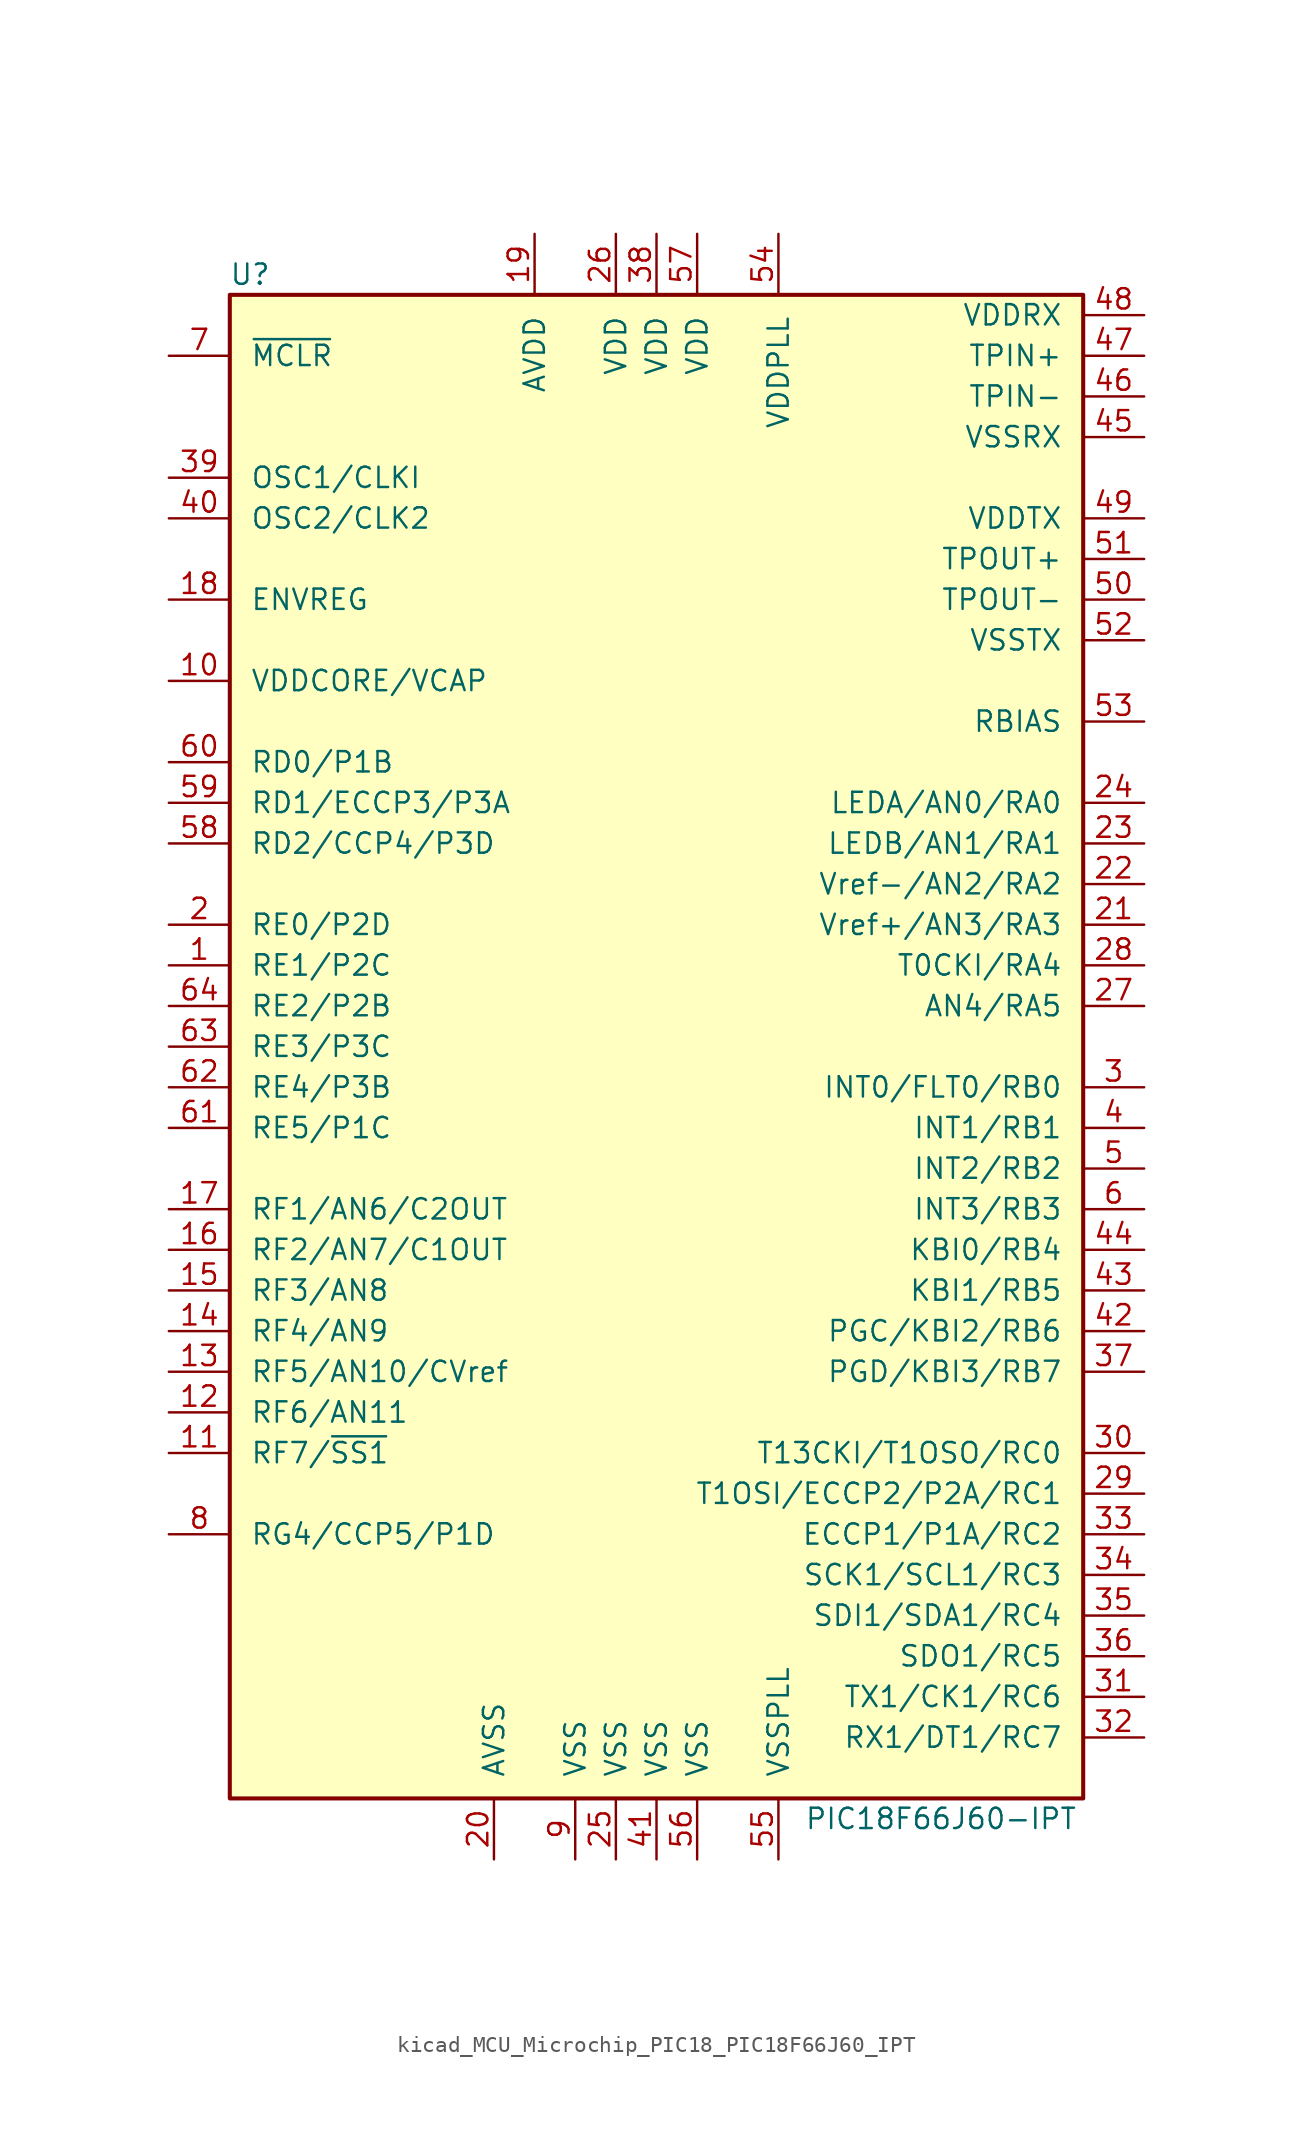
<source format=kicad_sym>
(kicad_symbol_lib
  (version 20220914)
  (generator kicad_symbol_editor)
  (symbol "kicad_MCU_Microchip_PIC18_PIC18F66J60_IPT"
    (pin_names
      (offset 1.27))
    (property "Reference" "U"
      (at -25.4 48.26 0)
      (effects (font (size 1.27 1.27))))
    (property "Value" "PIC18F66J60-IPT"
      (at 17.78 -48.26 0)
      (effects (font (size 1.27 1.27))))
    (symbol "kicad_MCU_Microchip_PIC18_PIC18F66J60_IPT_0_1"
      (rectangle (start -26.67 46.99) (end 26.67 -46.99) (stroke (width 0.254) (type default)) (fill (type background))))
    (symbol "kicad_MCU_Microchip_PIC18_PIC18F66J60_IPT_1_1"
      (pin bidirectional line (at -30.48 5.08 0) (length 3.81) (name "RE1/P2C" (effects (font (size 1.27 1.27)))) (number "1" (effects (font (size 1.27 1.27)))))
      (pin passive line (at -30.48 22.86 0) (length 3.81) (name "VDDCORE/VCAP" (effects (font (size 1.27 1.27)))) (number "10" (effects (font (size 1.27 1.27)))))
      (pin bidirectional line (at -30.48 -25.4 0) (length 3.81) (name "RF7/~{SS1}" (effects (font (size 1.27 1.27)))) (number "11" (effects (font (size 1.27 1.27)))))
      (pin bidirectional line (at -30.48 -22.86 0) (length 3.81) (name "RF6/AN11" (effects (font (size 1.27 1.27)))) (number "12" (effects (font (size 1.27 1.27)))))
      (pin bidirectional line (at -30.48 -20.32 0) (length 3.81) (name "RF5/AN10/CVref" (effects (font (size 1.27 1.27)))) (number "13" (effects (font (size 1.27 1.27)))))
      (pin bidirectional line (at -30.48 -17.78 0) (length 3.81) (name "RF4/AN9" (effects (font (size 1.27 1.27)))) (number "14" (effects (font (size 1.27 1.27)))))
      (pin bidirectional line (at -30.48 -15.24 0) (length 3.81) (name "RF3/AN8" (effects (font (size 1.27 1.27)))) (number "15" (effects (font (size 1.27 1.27)))))
      (pin bidirectional line (at -30.48 -12.7 0) (length 3.81) (name "RF2/AN7/C1OUT" (effects (font (size 1.27 1.27)))) (number "16" (effects (font (size 1.27 1.27)))))
      (pin bidirectional line (at -30.48 -10.16 0) (length 3.81) (name "RF1/AN6/C2OUT" (effects (font (size 1.27 1.27)))) (number "17" (effects (font (size 1.27 1.27)))))
      (pin passive line (at -30.48 27.94 0) (length 3.81) (name "ENVREG" (effects (font (size 1.27 1.27)))) (number "18" (effects (font (size 1.27 1.27)))))
      (pin power_in line (at -7.62 50.8 270) (length 3.81) (name "AVDD" (effects (font (size 1.27 1.27)))) (number "19" (effects (font (size 1.27 1.27)))))
      (pin bidirectional line (at -30.48 7.62 0) (length 3.81) (name "RE0/P2D" (effects (font (size 1.27 1.27)))) (number "2" (effects (font (size 1.27 1.27)))))
      (pin power_in line (at -10.16 -50.8 90) (length 3.81) (name "AVSS" (effects (font (size 1.27 1.27)))) (number "20" (effects (font (size 1.27 1.27)))))
      (pin bidirectional line (at 30.48 7.62 180) (length 3.81) (name "Vref+/AN3/RA3" (effects (font (size 1.27 1.27)))) (number "21" (effects (font (size 1.27 1.27)))))
      (pin bidirectional line (at 30.48 10.16 180) (length 3.81) (name "Vref-/AN2/RA2" (effects (font (size 1.27 1.27)))) (number "22" (effects (font (size 1.27 1.27)))))
      (pin bidirectional line (at 30.48 12.7 180) (length 3.81) (name "LEDB/AN1/RA1" (effects (font (size 1.27 1.27)))) (number "23" (effects (font (size 1.27 1.27)))))
      (pin bidirectional line (at 30.48 15.24 180) (length 3.81) (name "LEDA/AN0/RA0" (effects (font (size 1.27 1.27)))) (number "24" (effects (font (size 1.27 1.27)))))
      (pin power_in line (at -2.54 -50.8 90) (length 3.81) (name "VSS" (effects (font (size 1.27 1.27)))) (number "25" (effects (font (size 1.27 1.27)))))
      (pin power_in line (at -2.54 50.8 270) (length 3.81) (name "VDD" (effects (font (size 1.27 1.27)))) (number "26" (effects (font (size 1.27 1.27)))))
      (pin bidirectional line (at 30.48 2.54 180) (length 3.81) (name "AN4/RA5" (effects (font (size 1.27 1.27)))) (number "27" (effects (font (size 1.27 1.27)))))
      (pin bidirectional line (at 30.48 5.08 180) (length 3.81) (name "T0CKI/RA4" (effects (font (size 1.27 1.27)))) (number "28" (effects (font (size 1.27 1.27)))))
      (pin bidirectional line (at 30.48 -27.94 180) (length 3.81) (name "T1OSI/ECCP2/P2A/RC1" (effects (font (size 1.27 1.27)))) (number "29" (effects (font (size 1.27 1.27)))))
      (pin bidirectional line (at 30.48 -2.54 180) (length 3.81) (name "INT0/FLT0/RB0" (effects (font (size 1.27 1.27)))) (number "3" (effects (font (size 1.27 1.27)))))
      (pin bidirectional line (at 30.48 -25.4 180) (length 3.81) (name "T13CKI/T1OSO/RC0" (effects (font (size 1.27 1.27)))) (number "30" (effects (font (size 1.27 1.27)))))
      (pin bidirectional line (at 30.48 -40.64 180) (length 3.81) (name "TX1/CK1/RC6" (effects (font (size 1.27 1.27)))) (number "31" (effects (font (size 1.27 1.27)))))
      (pin bidirectional line (at 30.48 -43.18 180) (length 3.81) (name "RX1/DT1/RC7" (effects (font (size 1.27 1.27)))) (number "32" (effects (font (size 1.27 1.27)))))
      (pin bidirectional line (at 30.48 -30.48 180) (length 3.81) (name "ECCP1/P1A/RC2" (effects (font (size 1.27 1.27)))) (number "33" (effects (font (size 1.27 1.27)))))
      (pin bidirectional line (at 30.48 -33.02 180) (length 3.81) (name "SCK1/SCL1/RC3" (effects (font (size 1.27 1.27)))) (number "34" (effects (font (size 1.27 1.27)))))
      (pin bidirectional line (at 30.48 -35.56 180) (length 3.81) (name "SDI1/SDA1/RC4" (effects (font (size 1.27 1.27)))) (number "35" (effects (font (size 1.27 1.27)))))
      (pin bidirectional line (at 30.48 -38.1 180) (length 3.81) (name "SDO1/RC5" (effects (font (size 1.27 1.27)))) (number "36" (effects (font (size 1.27 1.27)))))
      (pin bidirectional line (at 30.48 -20.32 180) (length 3.81) (name "PGD/KBI3/RB7" (effects (font (size 1.27 1.27)))) (number "37" (effects (font (size 1.27 1.27)))))
      (pin power_in line (at 0 50.8 270) (length 3.81) (name "VDD" (effects (font (size 1.27 1.27)))) (number "38" (effects (font (size 1.27 1.27)))))
      (pin input line (at -30.48 35.56 0) (length 3.81) (name "OSC1/CLKI" (effects (font (size 1.27 1.27)))) (number "39" (effects (font (size 1.27 1.27)))))
      (pin bidirectional line (at 30.48 -5.08 180) (length 3.81) (name "INT1/RB1" (effects (font (size 1.27 1.27)))) (number "4" (effects (font (size 1.27 1.27)))))
      (pin output line (at -30.48 33.02 0) (length 3.81) (name "OSC2/CLK2" (effects (font (size 1.27 1.27)))) (number "40" (effects (font (size 1.27 1.27)))))
      (pin power_in line (at 0 -50.8 90) (length 3.81) (name "VSS" (effects (font (size 1.27 1.27)))) (number "41" (effects (font (size 1.27 1.27)))))
      (pin bidirectional line (at 30.48 -17.78 180) (length 3.81) (name "PGC/KBI2/RB6" (effects (font (size 1.27 1.27)))) (number "42" (effects (font (size 1.27 1.27)))))
      (pin bidirectional line (at 30.48 -15.24 180) (length 3.81) (name "KBI1/RB5" (effects (font (size 1.27 1.27)))) (number "43" (effects (font (size 1.27 1.27)))))
      (pin bidirectional line (at 30.48 -12.7 180) (length 3.81) (name "KBI0/RB4" (effects (font (size 1.27 1.27)))) (number "44" (effects (font (size 1.27 1.27)))))
      (pin power_in line (at 30.48 38.1 180) (length 3.81) (name "VSSRX" (effects (font (size 1.27 1.27)))) (number "45" (effects (font (size 1.27 1.27)))))
      (pin passive line (at 30.48 40.64 180) (length 3.81) (name "TPIN-" (effects (font (size 1.27 1.27)))) (number "46" (effects (font (size 1.27 1.27)))))
      (pin passive line (at 30.48 43.18 180) (length 3.81) (name "TPIN+" (effects (font (size 1.27 1.27)))) (number "47" (effects (font (size 1.27 1.27)))))
      (pin power_in line (at 30.48 45.72 180) (length 3.81) (name "VDDRX" (effects (font (size 1.27 1.27)))) (number "48" (effects (font (size 1.27 1.27)))))
      (pin power_in line (at 30.48 33.02 180) (length 3.81) (name "VDDTX" (effects (font (size 1.27 1.27)))) (number "49" (effects (font (size 1.27 1.27)))))
      (pin bidirectional line (at 30.48 -7.62 180) (length 3.81) (name "INT2/RB2" (effects (font (size 1.27 1.27)))) (number "5" (effects (font (size 1.27 1.27)))))
      (pin passive line (at 30.48 27.94 180) (length 3.81) (name "TPOUT-" (effects (font (size 1.27 1.27)))) (number "50" (effects (font (size 1.27 1.27)))))
      (pin passive line (at 30.48 30.48 180) (length 3.81) (name "TPOUT+" (effects (font (size 1.27 1.27)))) (number "51" (effects (font (size 1.27 1.27)))))
      (pin power_in line (at 30.48 25.4 180) (length 3.81) (name "VSSTX" (effects (font (size 1.27 1.27)))) (number "52" (effects (font (size 1.27 1.27)))))
      (pin passive line (at 30.48 20.32 180) (length 3.81) (name "RBIAS" (effects (font (size 1.27 1.27)))) (number "53" (effects (font (size 1.27 1.27)))))
      (pin power_in line (at 7.62 50.8 270) (length 3.81) (name "VDDPLL" (effects (font (size 1.27 1.27)))) (number "54" (effects (font (size 1.27 1.27)))))
      (pin power_in line (at 7.62 -50.8 90) (length 3.81) (name "VSSPLL" (effects (font (size 1.27 1.27)))) (number "55" (effects (font (size 1.27 1.27)))))
      (pin power_in line (at 2.54 -50.8 90) (length 3.81) (name "VSS" (effects (font (size 1.27 1.27)))) (number "56" (effects (font (size 1.27 1.27)))))
      (pin power_in line (at 2.54 50.8 270) (length 3.81) (name "VDD" (effects (font (size 1.27 1.27)))) (number "57" (effects (font (size 1.27 1.27)))))
      (pin bidirectional line (at -30.48 12.7 0) (length 3.81) (name "RD2/CCP4/P3D" (effects (font (size 1.27 1.27)))) (number "58" (effects (font (size 1.27 1.27)))))
      (pin bidirectional line (at -30.48 15.24 0) (length 3.81) (name "RD1/ECCP3/P3A" (effects (font (size 1.27 1.27)))) (number "59" (effects (font (size 1.27 1.27)))))
      (pin bidirectional line (at 30.48 -10.16 180) (length 3.81) (name "INT3/RB3" (effects (font (size 1.27 1.27)))) (number "6" (effects (font (size 1.27 1.27)))))
      (pin bidirectional line (at -30.48 17.78 0) (length 3.81) (name "RD0/P1B" (effects (font (size 1.27 1.27)))) (number "60" (effects (font (size 1.27 1.27)))))
      (pin bidirectional line (at -30.48 -5.08 0) (length 3.81) (name "RE5/P1C" (effects (font (size 1.27 1.27)))) (number "61" (effects (font (size 1.27 1.27)))))
      (pin bidirectional line (at -30.48 -2.54 0) (length 3.81) (name "RE4/P3B" (effects (font (size 1.27 1.27)))) (number "62" (effects (font (size 1.27 1.27)))))
      (pin bidirectional line (at -30.48 0 0) (length 3.81) (name "RE3/P3C" (effects (font (size 1.27 1.27)))) (number "63" (effects (font (size 1.27 1.27)))))
      (pin bidirectional line (at -30.48 2.54 0) (length 3.81) (name "RE2/P2B" (effects (font (size 1.27 1.27)))) (number "64" (effects (font (size 1.27 1.27)))))
      (pin input line (at -30.48 43.18 0) (length 3.81) (name "~{MCLR}" (effects (font (size 1.27 1.27)))) (number "7" (effects (font (size 1.27 1.27)))))
      (pin bidirectional line (at -30.48 -30.48 0) (length 3.81) (name "RG4/CCP5/P1D" (effects (font (size 1.27 1.27)))) (number "8" (effects (font (size 1.27 1.27)))))
      (pin power_in line (at -5.08 -50.8 90) (length 3.81) (name "VSS" (effects (font (size 1.27 1.27)))) (number "9" (effects (font (size 1.27 1.27))))))))
</source>
